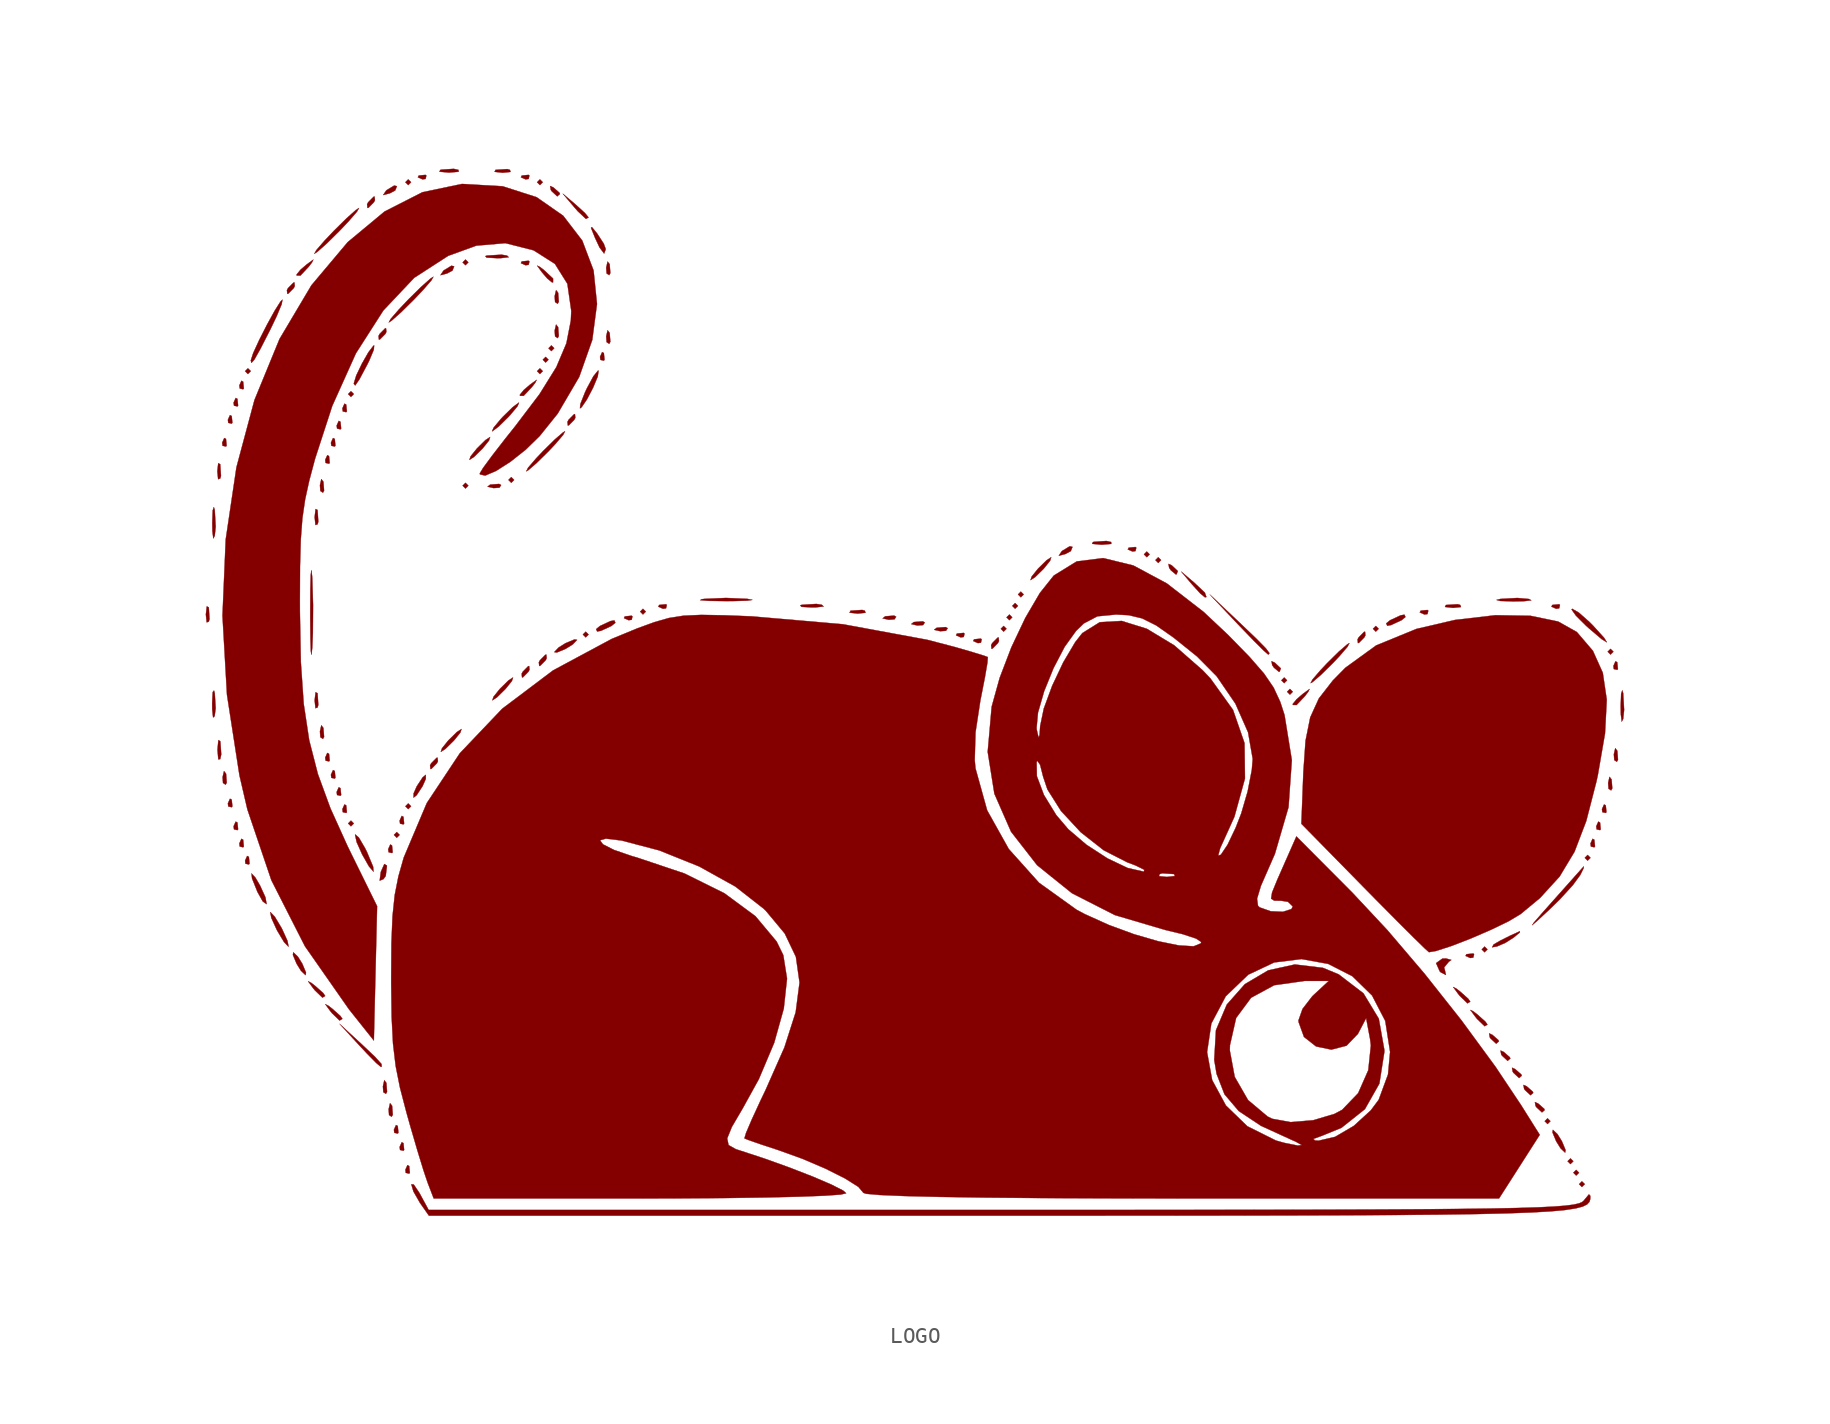
<source format=kicad_sym>
(kicad_symbol_lib
  (version 20220914)
  (generator bitmap2component)
  (symbol "LOGO"
    (pin_names
      (offset 1.016))
    (property "Reference" "#G"
      (at 0 32.993 0)
      (effects (font (size 1.27 1.27)) hide))
    (symbol "LOGO_0_0"
      (polyline (pts (xy 11.72 -32.554) (xy 16.727 -32.551) (xy 21.116 -32.545) (xy 24.927 -32.533) (xy 28.201 -32.516) (xy 30.978 -32.491) (xy 33.3 -32.457) (xy 35.207 -32.412) (xy 36.74 -32.356) (xy 37.939 -32.287) (xy 38.845 -32.203) (xy 39.499 -32.103) (xy 39.942 -31.987) (xy 40.215 -31.852) (xy 40.357 -31.696) (xy 40.41 -31.52) (xy 40.414 -31.321) (xy 40.329 -31.223) (xy 40.039 -31.571) (xy 40.017 -31.604) (xy 39.906 -31.703) (xy 39.701 -31.79) (xy 39.361 -31.866) (xy 38.843 -31.932) (xy 38.107 -31.989) (xy 37.112 -32.037) (xy 35.815 -32.077) (xy 34.175 -32.11) (xy 32.151 -32.136) (xy 29.702 -32.157) (xy 26.785 -32.172) (xy 23.361 -32.183) (xy 19.386 -32.19) (xy 14.821 -32.195) (xy 9.622 -32.197) (xy 3.75 -32.197) (xy -32.174 -32.197) (xy -32.708 -31.213) (xy -32.757 -31.125) (xy -33.106 -30.609) (xy -33.256 -30.597) (xy -33.126 -31.04) (xy -32.714 -31.76) (xy -32.157 -32.555) (xy 3.705 -32.555) (xy 6.054 -32.555) (xy 11.72 -32.554)) (stroke (width 0.01) (type default)) (fill (type outline)))
      (polyline (pts (xy -16.566 -31.477) (xy -13.639 -31.456) (xy -11.096 -31.419) (xy -9.002 -31.37) (xy -7.424 -31.309) (xy -6.428 -31.238) (xy -6.082 -31.158) (xy -6.273 -30.987) (xy -7.014 -30.61) (xy -8.181 -30.111) (xy -9.628 -29.548) (xy -11.212 -28.98) (xy -12.789 -28.463) (xy -12.983 -28.399) (xy -13.433 -28.145) (xy -13.519 -27.731) (xy -13.229 -27.015) (xy -12.549 -25.853) (xy -11.541 -24.026) (xy -10.581 -21.754) (xy -9.982 -19.614) (xy -9.78 -17.744) (xy -10.013 -16.277) (xy -10.43 -15.425) (xy -11.754 -13.842) (xy -13.691 -12.412) (xy -16.18 -11.177) (xy -19.155 -10.178) (xy -19.451 -10.095) (xy -20.591 -9.703) (xy -21.282 -9.351) (xy -21.469 -9.097) (xy -21.101 -8.998) (xy -20.123 -9.114) (xy -17.758 -9.735) (xy -15.262 -10.74) (xy -13.012 -11.99) (xy -11.241 -13.374) (xy -11.089 -13.524) (xy -9.923 -14.925) (xy -9.226 -16.381) (xy -8.998 -17.988) (xy -9.239 -19.845) (xy -9.946 -22.05) (xy -10.074 -22.338) (xy 16.467 -22.338) (xy 16.733 -20.55) (xy 17.634 -18.847) (xy 19.041 -17.498) (xy 20.661 -16.734) (xy 22.367 -16.523) (xy 24.036 -16.824) (xy 25.546 -17.596) (xy 26.775 -18.797) (xy 27.601 -20.387) (xy 27.903 -22.323) (xy 27.773 -23.733) (xy 27.191 -25.314) (xy 26.697 -25.976) (xy 25.636 -26.945) (xy 24.467 -27.631) (xy 23.432 -27.872) (xy 23.208 -27.856) (xy 23.108 -27.76) (xy 23.676 -27.553) (xy 24.867 -27.065) (xy 26.329 -25.902) (xy 27.233 -24.306) (xy 27.544 -22.323) (xy 27.543 -22.195) (xy 27.196 -20.247) (xy 26.238 -18.663) (xy 24.69 -17.477) (xy 23.706 -17.071) (xy 21.952 -16.86) (xy 20.285 -17.227) (xy 18.827 -18.09) (xy 17.699 -19.366) (xy 17.021 -20.97) (xy 16.948 -22.233) (xy 17.887 -22.233) (xy 17.896 -21.906) (xy 18.282 -20.203) (xy 19.217 -18.941) (xy 20.66 -18.157) (xy 22.573 -17.887) (xy 24.073 -17.887) (xy 23.127 -18.765) (xy 23.04 -18.848) (xy 22.43 -19.64) (xy 22.18 -20.349) (xy 22.183 -20.449) (xy 22.522 -21.388) (xy 23.278 -21.982) (xy 24.236 -22.181) (xy 25.18 -21.936) (xy 25.892 -21.197) (xy 26.407 -20.214) (xy 26.648 -21.497) (xy 26.702 -21.914) (xy 26.54 -23.468) (xy 25.907 -24.902) (xy 24.907 -25.941) (xy 24.432 -26.196) (xy 23.1 -26.594) (xy 21.688 -26.711) (xy 20.541 -26.503) (xy 20.248 -26.36) (xy 19.026 -25.331) (xy 18.194 -23.884) (xy 17.887 -22.233) (xy 16.948 -22.233) (xy 16.914 -22.821) (xy 17.061 -23.695) (xy 17.555 -24.971) (xy 18.443 -26.017) (xy 19.831 -26.941) (xy 21.823 -27.852) (xy 21.985 -27.92) (xy 22.386 -28.145) (xy 22.14 -28.177) (xy 21.286 -28.006) (xy 20.768 -27.86) (xy 18.986 -26.971) (xy 17.643 -25.672) (xy 16.786 -24.087) (xy 16.467 -22.338) (xy -10.074 -22.338) (xy -11.119 -24.701) (xy -11.447 -25.386) (xy -11.988 -26.562) (xy -12.342 -27.391) (xy -12.442 -27.726) (xy -12.207 -27.823) (xy -11.452 -28.087) (xy -10.375 -28.442) (xy -10.355 -28.448) (xy -8.829 -28.998) (xy -7.382 -29.615) (xy -6.163 -30.227) (xy -5.322 -30.756) (xy -5.008 -31.13) (xy -4.83 -31.19) (xy -3.979 -31.265) (xy -2.445 -31.33) (xy -0.244 -31.384) (xy 2.604 -31.426) (xy 6.081 -31.457) (xy 10.17 -31.475) (xy 14.851 -31.482) (xy 34.71 -31.482) (xy 35.982 -29.494) (xy 37.254 -27.505) (xy 36.088 -25.648) (xy 34.489 -23.251) (xy 32.372 -20.364) (xy 30.059 -17.442) (xy 27.727 -14.706) (xy 25.552 -12.38) (xy 22.048 -8.859) (xy 21.22 -10.736) (xy 20.856 -11.561) (xy 20.529 -12.36) (xy 20.467 -12.748) (xy 20.663 -12.871) (xy 21.107 -12.879) (xy 21.523 -12.946) (xy 21.823 -13.237) (xy 21.738 -13.399) (xy 21.206 -13.568) (xy 20.444 -13.536) (xy 19.755 -13.293) (xy 19.647 -13.19) (xy 19.589 -12.755) (xy 19.83 -11.95) (xy 20.399 -10.649) (xy 20.705 -9.95) (xy 21.558 -7.026) (xy 21.763 -4.091) (xy 21.307 -1.273) (xy 21.038 -0.448) (xy 20.624 0.442) (xy 20.017 1.329) (xy 19.105 2.375) (xy 17.773 3.739) (xy 16.248 5.172) (xy 13.95 6.951) (xy 11.857 8.072) (xy 9.978 8.531) (xy 8.323 8.326) (xy 6.905 7.452) (xy 6.872 7.422) (xy 6.018 6.349) (xy 5.107 4.792) (xy 4.238 2.957) (xy 3.507 1.047) (xy 3.014 -0.73) (xy 3.005 -0.773) (xy 2.888 -2.11) (xy 5.811 -2.11) (xy 5.901 -1.127) (xy 6.283 0.202) (xy 6.869 1.649) (xy 7.565 2.985) (xy 8.282 3.983) (xy 8.77 4.452) (xy 9.615 4.894) (xy 10.787 5.006) (xy 11.576 4.964) (xy 12.411 4.764) (xy 13.294 4.322) (xy 14.384 3.557) (xy 15.84 2.386) (xy 17.066 1.149) (xy 18.237 -0.56) (xy 19.028 -2.354) (xy 19.318 -4.014) (xy 19.263 -4.699) (xy 19.003 -6.044) (xy 18.603 -7.419) (xy 18.25 -8.325) (xy 17.748 -9.376) (xy 17.328 -10.004) (xy 17.162 -10.058) (xy 17.283 -9.6) (xy 17.701 -8.681) (xy 18.176 -7.629) (xy 18.834 -5.241) (xy 18.806 -3.026) (xy 18.088 -0.952) (xy 16.677 1.012) (xy 16.194 1.521) (xy 14.417 3.079) (xy 12.704 4.116) (xy 11.128 4.606) (xy 9.76 4.525) (xy 8.672 3.846) (xy 8.225 3.276) (xy 7.479 2.016) (xy 6.785 0.546) (xy 6.264 -0.871) (xy 6.037 -1.968) (xy 6 -2.531) (xy 5.937 -2.681) (xy 5.822 -2.181) (xy 5.811 -2.11) (xy 2.888 -2.11) (xy 2.759 -3.575) (xy 2.859 -4.2) (xy 5.816 -4.2) (xy 5.862 -4.133) (xy 6.034 -4.383) (xy 6.226 -5.139) (xy 6.49 -5.921) (xy 7.341 -7.27) (xy 8.571 -8.596) (xy 10.005 -9.723) (xy 11.467 -10.472) (xy 12.007 -10.677) (xy 12.542 -10.942) (xy 12.521 -11.054) (xy 12.489 -11.055) (xy 11.507 -10.833) (xy 10.25 -10.235) (xy 8.938 -9.384) (xy 7.793 -8.407) (xy 7.039 -7.519) (xy 6.271 -6.266) (xy 5.831 -5.092) (xy 5.816 -4.2) (xy 2.859 -4.2) (xy 3.176 -6.189) (xy 4.218 -8.565) (xy 5.846 -10.655) (xy 6.698 -11.342) (xy 13.46 -11.342) (xy 13.505 -11.211) (xy 13.667 -11.164) (xy 14.399 -11.211) (xy 14.46 -11.335) (xy 13.952 -11.391) (xy 13.46 -11.342) (xy 6.698 -11.342) (xy 8.022 -12.408) (xy 10.707 -13.775) (xy 13.863 -14.707) (xy 14.939 -14.965) (xy 15.778 -15.241) (xy 16.099 -15.455) (xy 16.078 -15.542) (xy 15.629 -15.725) (xy 14.692 -15.669) (xy 13.406 -15.407) (xy 11.907 -14.971) (xy 10.334 -14.395) (xy 8.822 -13.711) (xy 8.311 -13.438) (xy 5.967 -11.754) (xy 4.076 -9.645) (xy 2.724 -7.226) (xy 1.997 -4.609) (xy 1.948 -4.091) (xy 1.999 -2.349) (xy 2.305 -0.34) (xy 2.352 -0.111) (xy 2.591 1.112) (xy 2.74 1.99) (xy 2.767 2.347) (xy 2.543 2.43) (xy 1.794 2.661) (xy 0.716 2.974) (xy -1.023 3.428) (xy -6.29 4.399) (xy -11.985 4.892) (xy -13.652 4.957) (xy -15.139 4.983) (xy -16.247 4.933) (xy -17.161 4.789) (xy -18.064 4.531) (xy -19.139 4.14) (xy -20.737 3.481) (xy -24.4 1.515) (xy -27.577 -0.88) (xy -30.222 -3.658) (xy -32.289 -6.774) (xy -33.73 -10.181) (xy -34.063 -11.356) (xy -34.293 -12.522) (xy -34.431 -13.846) (xy -34.499 -15.513) (xy -34.514 -17.709) (xy -34.514 -18.014) (xy -34.486 -20.141) (xy -34.401 -21.798) (xy -34.235 -23.201) (xy -33.963 -24.567) (xy -33.559 -26.116) (xy -33.323 -26.954) (xy -32.879 -28.476) (xy -32.495 -29.727) (xy -32.235 -30.498) (xy -31.857 -31.482) (xy -18.969 -31.482) (xy -16.566 -31.477)) (stroke (width 0.01) (type default)) (fill (type outline)))
      (polyline (pts (xy 40.068 -30.587) (xy 39.889 -30.409) (xy 39.71 -30.587) (xy 39.889 -30.766) (xy 40.068 -30.587)) (stroke (width 0.01) (type default)) (fill (type outline)))
      (polyline (pts (xy -33.347 -29.879) (xy -33.39 -29.454) (xy -33.497 -29.398) (xy -33.628 -29.693) (xy -33.602 -29.882) (xy -33.39 -29.931) (xy -33.347 -29.879)) (stroke (width 0.01) (type default)) (fill (type outline)))
      (polyline (pts (xy 39.71 -29.872) (xy 39.531 -29.693) (xy 39.352 -29.872) (xy 39.531 -30.051) (xy 39.71 -29.872)) (stroke (width 0.01) (type default)) (fill (type outline)))
      (polyline (pts (xy 39.352 -29.156) (xy 39.173 -28.977) (xy 38.994 -29.156) (xy 39.173 -29.335) (xy 39.352 -29.156)) (stroke (width 0.01) (type default)) (fill (type outline)))
      (polyline (pts (xy -33.705 -28.448) (xy -33.747 -28.023) (xy -33.855 -27.968) (xy -33.986 -28.262) (xy -33.96 -28.451) (xy -33.747 -28.5) (xy -33.705 -28.448)) (stroke (width 0.01) (type default)) (fill (type outline)))
      (polyline (pts (xy 38.867 -28.457) (xy 38.637 -27.904) (xy 38.362 -27.463) (xy 38.075 -27.189) (xy 38.049 -27.351) (xy 38.279 -27.904) (xy 38.553 -28.346) (xy 38.841 -28.62) (xy 38.867 -28.457)) (stroke (width 0.01) (type default)) (fill (type outline)))
      (polyline (pts (xy -34.062 -27.375) (xy -34.105 -26.95) (xy -34.213 -26.894) (xy -34.344 -27.189) (xy -34.318 -27.378) (xy -34.105 -27.427) (xy -34.062 -27.375)) (stroke (width 0.01) (type default)) (fill (type outline)))
      (polyline (pts (xy 37.921 -26.652) (xy 37.742 -26.473) (xy 37.563 -26.652) (xy 37.742 -26.831) (xy 37.921 -26.652)) (stroke (width 0.01) (type default)) (fill (type outline)))
      (polyline (pts (xy -34.414 -26.25) (xy -34.457 -25.691) (xy -34.586 -25.525) (xy -34.673 -25.907) (xy -34.648 -26.27) (xy -34.485 -26.376) (xy -34.414 -26.25)) (stroke (width 0.01) (type default)) (fill (type outline)))
      (polyline (pts (xy 37.563 -25.958) (xy 37.531 -25.877) (xy 37.15 -25.545) (xy 36.95 -25.458) (xy 36.993 -25.703) (xy 37.04 -25.775) (xy 37.394 -26.105) (xy 37.563 -25.958)) (stroke (width 0.01) (type default)) (fill (type outline)))
      (polyline (pts (xy -34.772 -24.819) (xy -34.815 -24.26) (xy -34.944 -24.094) (xy -35.031 -24.476) (xy -35.006 -24.839) (xy -34.843 -24.945) (xy -34.772 -24.819)) (stroke (width 0.01) (type default)) (fill (type outline)))
      (polyline (pts (xy 36.848 -24.884) (xy 36.816 -24.804) (xy 36.435 -24.471) (xy 36.235 -24.384) (xy 36.277 -24.629) (xy 36.325 -24.702) (xy 36.678 -25.032) (xy 36.848 -24.884)) (stroke (width 0.01) (type default)) (fill (type outline)))
      (polyline (pts (xy 36.132 -23.811) (xy 36.1 -23.731) (xy 35.719 -23.398) (xy 35.52 -23.311) (xy 35.562 -23.556) (xy 35.609 -23.629) (xy 35.963 -23.958) (xy 36.132 -23.811)) (stroke (width 0.01) (type default)) (fill (type outline)))
      (polyline (pts (xy -35.106 -23.245) (xy -35.121 -23.079) (xy -35.527 -22.628) (xy -36.401 -21.803) (xy -37.742 -20.57) (xy -36.509 -21.912) (xy -36.052 -22.402) (xy -35.45 -23.014) (xy -35.168 -23.253) (xy -35.106 -23.245)) (stroke (width 0.01) (type default)) (fill (type outline)))
      (polyline (pts (xy 35.417 -22.738) (xy 35.385 -22.658) (xy 35.004 -22.325) (xy 34.804 -22.238) (xy 34.846 -22.483) (xy 34.894 -22.556) (xy 35.247 -22.885) (xy 35.417 -22.738)) (stroke (width 0.01) (type default)) (fill (type outline)))
      (polyline (pts (xy 34.701 -21.665) (xy 34.669 -21.584) (xy 34.288 -21.252) (xy 34.089 -21.165) (xy 34.131 -21.41) (xy 34.178 -21.482) (xy 34.532 -21.812) (xy 34.701 -21.665)) (stroke (width 0.01) (type default)) (fill (type outline)))
      (polyline (pts (xy -35.495 -17.418) (xy -35.394 -13.22) (xy -37.019 -9.919) (xy -37.25 -9.445) (xy -38.311 -7.1) (xy -39.094 -4.962) (xy -39.637 -2.848) (xy -39.98 -0.574) (xy -40.16 2.043) (xy -40.218 5.187) (xy -40.22 5.871) (xy -40.21 8.03) (xy -40.163 9.689) (xy -40.063 11.019) (xy -39.892 12.19) (xy -39.634 13.372) (xy -39.271 14.735) (xy -38.196 18.041) (xy -36.717 21.328) (xy -35.004 24.005) (xy -33.077 26.044) (xy -30.952 27.419) (xy -29.197 28.055) (xy -27.377 28.211) (xy -25.614 27.763) (xy -24.283 26.916) (xy -23.505 25.674) (xy -23.261 23.979) (xy -23.288 23.374) (xy -23.566 21.952) (xy -24.196 20.464) (xy -25.244 18.778) (xy -26.774 16.761) (xy -27.376 16.006) (xy -28.201 14.942) (xy -28.767 14.173) (xy -28.977 13.828) (xy -28.968 13.763) (xy -28.641 13.688) (xy -27.957 13.98) (xy -27.064 14.55) (xy -26.109 15.305) (xy -25.24 16.153) (xy -24.11 17.558) (xy -22.764 19.854) (xy -21.949 22.165) (xy -21.654 24.41) (xy -21.867 26.506) (xy -22.574 28.372) (xy -23.765 29.924) (xy -25.426 31.083) (xy -27.546 31.764) (xy -30.094 31.911) (xy -32.565 31.393) (xy -34.932 30.186) (xy -37.229 28.277) (xy -39.499 25.579) (xy -41.492 22.222) (xy -43.058 18.408) (xy -44.183 14.208) (xy -44.854 9.692) (xy -45.056 4.931) (xy -44.775 -0.005) (xy -43.995 -5.045) (xy -43.501 -7.168) (xy -42.001 -11.597) (xy -39.904 -15.721) (xy -37.151 -19.662) (xy -35.596 -21.616) (xy -35.495 -17.418)) (stroke (width 0.01) (type default)) (fill (type outline)))
      (polyline (pts (xy 33.986 -20.614) (xy 33.855 -20.43) (xy 33.36 -19.988) (xy 33.101 -19.788) (xy 32.915 -19.7) (xy 33.225 -20.123) (xy 33.336 -20.262) (xy 33.812 -20.721) (xy 33.986 -20.614)) (stroke (width 0.01) (type default)) (fill (type outline)))
      (polyline (pts (xy -37.563 -20.256) (xy -37.694 -20.072) (xy -38.189 -19.63) (xy -38.449 -19.431) (xy -38.634 -19.342) (xy -38.325 -19.765) (xy -38.213 -19.904) (xy -37.737 -20.364) (xy -37.563 -20.256)) (stroke (width 0.01) (type default)) (fill (type outline)))
      (polyline (pts (xy 32.913 -19.183) (xy 32.782 -18.998) (xy 32.287 -18.557) (xy 32.027 -18.357) (xy 31.842 -18.268) (xy 32.152 -18.692) (xy 32.263 -18.831) (xy 32.739 -19.29) (xy 32.913 -19.183)) (stroke (width 0.01) (type default)) (fill (type outline)))
      (polyline (pts (xy -38.637 -18.826) (xy -38.767 -18.641) (xy -39.263 -18.2) (xy -39.522 -18) (xy -39.707 -17.911) (xy -39.398 -18.334) (xy -39.286 -18.473) (xy -38.811 -18.933) (xy -38.637 -18.826)) (stroke (width 0.01) (type default)) (fill (type outline)))
      (polyline (pts (xy -39.837 -17.367) (xy -40.068 -16.814) (xy -40.342 -16.373) (xy -40.629 -16.099) (xy -40.656 -16.261) (xy -40.425 -16.814) (xy -40.151 -17.255) (xy -39.864 -17.53) (xy -39.837 -17.367)) (stroke (width 0.01) (type default)) (fill (type outline)))
      (polyline (pts (xy 31.322 -17.202) (xy 31.279 -17.046) (xy 31.569 -16.694) (xy 31.733 -16.576) (xy 31.392 -16.485) (xy 31.169 -16.494) (xy 30.776 -16.775) (xy 31.005 -17.291) (xy 31.07 -17.353) (xy 31.393 -17.515) (xy 31.322 -17.202)) (stroke (width 0.01) (type default)) (fill (type outline)))
      (polyline (pts (xy 33.102 -16.43) (xy 33.151 -16.218) (xy 33.099 -16.175) (xy 32.674 -16.218) (xy 32.618 -16.326) (xy 32.913 -16.456) (xy 33.102 -16.43)) (stroke (width 0.01) (type default)) (fill (type outline)))
      (polyline (pts (xy 30.758 -16.021) (xy 31.721 -15.711) (xy 32.946 -15.237) (xy 34.219 -14.687) (xy 35.326 -14.151) (xy 36.053 -13.716) (xy 37.272 -12.707) (xy 38.496 -11.366) (xy 39.426 -9.819) (xy 40.161 -7.896) (xy 40.797 -5.427) (xy 40.883 -5.032) (xy 41.334 -2.417) (xy 41.442 -0.32) (xy 41.194 1.364) (xy 40.575 2.74) (xy 39.572 3.913) (xy 38.405 4.568) (xy 36.672 4.926) (xy 34.488 4.963) (xy 31.954 4.667) (xy 29.547 4.107) (xy 27.034 3.077) (xy 25.108 1.681) (xy 24.324 0.884) (xy 23.452 -0.238) (xy 22.913 -1.421) (xy 22.619 -2.883) (xy 22.483 -4.84) (xy 22.359 -8.07) (xy 26.294 -12.078) (xy 27.117 -12.914) (xy 28.365 -14.172) (xy 29.375 -15.18) (xy 30.059 -15.848) (xy 30.33 -16.092) (xy 30.758 -16.021)) (stroke (width 0.01) (type default)) (fill (type outline)))
      (polyline (pts (xy 33.986 -15.92) (xy 33.807 -15.741) (xy 33.628 -15.92) (xy 33.807 -16.099) (xy 33.986 -15.92)) (stroke (width 0.01) (type default)) (fill (type outline)))
      (polyline (pts (xy -40.927 -15.734) (xy -40.995 -15.383) (xy -41.32 -14.668) (xy -41.371 -14.569) (xy -41.786 -13.877) (xy -42.054 -13.594) (xy -42.07 -13.601) (xy -42.002 -13.952) (xy -41.677 -14.668) (xy -41.626 -14.766) (xy -41.211 -15.458) (xy -40.944 -15.741) (xy -40.927 -15.734)) (stroke (width 0.01) (type default)) (fill (type outline)))
      (polyline (pts (xy 34.584 -15.734) (xy 35.105 -15.508) (xy 35.617 -15.184) (xy 36.009 -14.861) (xy 36.011 -14.785) (xy 35.417 -15.054) (xy 34.775 -15.376) (xy 34.373 -15.61) (xy 34.274 -15.787) (xy 34.584 -15.734)) (stroke (width 0.01) (type default)) (fill (type outline)))
      (polyline (pts (xy 37.108 -14.123) (xy 37.872 -13.415) (xy 38.521 -12.781) (xy 39.321 -11.904) (xy 39.787 -11.269) (xy 39.992 -10.85) (xy 40.002 -10.732) (xy 39.988 -10.748) (xy 39.638 -11.139) (xy 38.961 -11.899) (xy 38.088 -12.879) (xy 37.457 -13.588) (xy 36.889 -14.239) (xy 36.777 -14.408) (xy 37.108 -14.123)) (stroke (width 0.01) (type default)) (fill (type outline)))
      (polyline (pts (xy -42.299 -13.08) (xy -42.372 -12.664) (xy -42.708 -11.927) (xy -42.996 -11.436) (xy -43.242 -11.169) (xy -43.208 -11.484) (xy -42.871 -12.327) (xy -42.54 -12.92) (xy -42.307 -13.091) (xy -42.299 -13.08)) (stroke (width 0.01) (type default)) (fill (type outline)))
      (polyline (pts (xy -34.999 -11.531) (xy -34.856 -11.332) (xy -34.777 -10.684) (xy -34.943 -10.582) (xy -35.155 -11.062) (xy -35.165 -11.099) (xy -35.233 -11.624) (xy -34.999 -11.531)) (stroke (width 0.01) (type default)) (fill (type outline)))
      (polyline (pts (xy -35.641 -10.758) (xy -36.023 -9.842) (xy -36.15 -9.587) (xy -36.535 -8.93) (xy -36.76 -8.736) (xy -36.772 -8.761) (xy -36.673 -9.211) (xy -36.328 -9.984) (xy -35.902 -10.735) (xy -35.617 -11.064) (xy -35.641 -10.758)) (stroke (width 0.01) (type default)) (fill (type outline)))
      (polyline (pts (xy -43.364 -10.561) (xy -43.407 -10.136) (xy -43.514 -10.08) (xy -43.645 -10.375) (xy -43.619 -10.564) (xy -43.407 -10.613) (xy -43.364 -10.561)) (stroke (width 0.01) (type default)) (fill (type outline)))
      (polyline (pts (xy 40.425 -10.196) (xy 40.246 -10.017) (xy 40.068 -10.196) (xy 40.246 -10.375) (xy 40.425 -10.196)) (stroke (width 0.01) (type default)) (fill (type outline)))
      (polyline (pts (xy -34.42 -9.845) (xy -34.463 -9.421) (xy -34.571 -9.365) (xy -34.701 -9.659) (xy -34.676 -9.849) (xy -34.463 -9.898) (xy -34.42 -9.845)) (stroke (width 0.01) (type default)) (fill (type outline)))
      (polyline (pts (xy -43.721 -9.488) (xy -43.764 -9.063) (xy -43.872 -9.007) (xy -44.003 -9.301) (xy -43.977 -9.491) (xy -43.764 -9.54) (xy -43.721 -9.488)) (stroke (width 0.01) (type default)) (fill (type outline)))
      (polyline (pts (xy 40.707 -9.488) (xy 40.664 -9.063) (xy 40.556 -9.007) (xy 40.425 -9.301) (xy 40.451 -9.491) (xy 40.664 -9.54) (xy 40.707 -9.488)) (stroke (width 0.01) (type default)) (fill (type outline)))
      (polyline (pts (xy -33.986 -8.765) (xy -34.165 -8.586) (xy -34.344 -8.765) (xy -34.165 -8.944) (xy -33.986 -8.765)) (stroke (width 0.01) (type default)) (fill (type outline)))
      (polyline (pts (xy -44.079 -8.414) (xy -44.122 -7.99) (xy -44.23 -7.934) (xy -44.361 -8.228) (xy -44.335 -8.418) (xy -44.122 -8.467) (xy -44.079 -8.414)) (stroke (width 0.01) (type default)) (fill (type outline)))
      (polyline (pts (xy 41.064 -8.414) (xy 41.022 -7.99) (xy 40.914 -7.934) (xy 40.783 -8.228) (xy 40.809 -8.418) (xy 41.022 -8.467) (xy 41.064 -8.414)) (stroke (width 0.01) (type default)) (fill (type outline)))
      (polyline (pts (xy -36.848 -8.049) (xy -37.027 -7.87) (xy -37.206 -8.049) (xy -37.027 -8.228) (xy -36.848 -8.049)) (stroke (width 0.01) (type default)) (fill (type outline)))
      (polyline (pts (xy -33.705 -8.056) (xy -33.747 -7.632) (xy -33.855 -7.576) (xy -33.986 -7.87) (xy -33.96 -8.06) (xy -33.747 -8.109) (xy -33.705 -8.056)) (stroke (width 0.01) (type default)) (fill (type outline)))
      (polyline (pts (xy -37.282 -7.341) (xy -37.325 -6.917) (xy -37.432 -6.861) (xy -37.563 -7.155) (xy -37.538 -7.344) (xy -37.325 -7.393) (xy -37.282 -7.341)) (stroke (width 0.01) (type default)) (fill (type outline)))
      (polyline (pts (xy 41.422 -7.341) (xy 41.379 -6.917) (xy 41.272 -6.861) (xy 41.141 -7.155) (xy 41.167 -7.344) (xy 41.379 -7.393) (xy 41.422 -7.341)) (stroke (width 0.01) (type default)) (fill (type outline)))
      (polyline (pts (xy -44.437 -6.983) (xy -44.48 -6.559) (xy -44.587 -6.503) (xy -44.718 -6.797) (xy -44.693 -6.987) (xy -44.48 -7.036) (xy -44.437 -6.983)) (stroke (width 0.01) (type default)) (fill (type outline)))
      (polyline (pts (xy -33.27 -6.976) (xy -33.449 -6.797) (xy -33.628 -6.976) (xy -33.449 -7.155) (xy -33.27 -6.976)) (stroke (width 0.01) (type default)) (fill (type outline)))
      (polyline (pts (xy -37.64 -6.268) (xy -37.683 -5.843) (xy -37.79 -5.787) (xy -37.921 -6.082) (xy -37.895 -6.271) (xy -37.683 -6.32) (xy -37.64 -6.268)) (stroke (width 0.01) (type default)) (fill (type outline)))
      (polyline (pts (xy -32.924 -6.286) (xy -32.555 -5.724) (xy -32.353 -5.271) (xy -32.351 -5.008) (xy -32.543 -5.162) (xy -32.913 -5.724) (xy -33.114 -6.176) (xy -33.117 -6.439) (xy -32.924 -6.286)) (stroke (width 0.01) (type default)) (fill (type outline)))
      (polyline (pts (xy 41.786 -5.858) (xy 41.743 -5.299) (xy 41.614 -5.133) (xy 41.527 -5.515) (xy 41.552 -5.878) (xy 41.715 -5.985) (xy 41.786 -5.858)) (stroke (width 0.01) (type default)) (fill (type outline)))
      (polyline (pts (xy -44.789 -5.5) (xy -44.832 -4.941) (xy -44.96 -4.776) (xy -45.048 -5.157) (xy -45.023 -5.52) (xy -44.86 -5.627) (xy -44.789 -5.5)) (stroke (width 0.01) (type default)) (fill (type outline)))
      (polyline (pts (xy -37.998 -5.194) (xy -38.04 -4.77) (xy -38.148 -4.714) (xy -38.279 -5.008) (xy -38.253 -5.198) (xy -38.04 -5.247) (xy -37.998 -5.194)) (stroke (width 0.01) (type default)) (fill (type outline)))
      (polyline (pts (xy -31.998 -4.635) (xy -31.66 -4.293) (xy -31.594 -4.166) (xy -31.618 -3.935) (xy -31.681 -3.951) (xy -32.018 -4.293) (xy -32.085 -4.42) (xy -32.06 -4.651) (xy -31.998 -4.635)) (stroke (width 0.01) (type default)) (fill (type outline)))
      (polyline (pts (xy -45.199 -4.032) (xy -45.133 -3.737) (xy -45.186 -2.958) (xy -45.204 -2.897) (xy -45.312 -2.844) (xy -45.364 -3.399) (xy -45.364 -3.483) (xy -45.317 -4.043) (xy -45.199 -4.032)) (stroke (width 0.01) (type default)) (fill (type outline)))
      (polyline (pts (xy -38.355 -4.121) (xy -38.398 -3.697) (xy -38.506 -3.641) (xy -38.637 -3.935) (xy -38.611 -4.125) (xy -38.398 -4.174) (xy -38.355 -4.121)) (stroke (width 0.01) (type default)) (fill (type outline)))
      (polyline (pts (xy 42.143 -4.069) (xy 42.101 -3.51) (xy 41.972 -3.345) (xy 41.885 -3.727) (xy 41.91 -4.089) (xy 42.072 -4.196) (xy 42.143 -4.069)) (stroke (width 0.01) (type default)) (fill (type outline)))
      (polyline (pts (xy -31.125 -3.391) (xy -30.587 -2.862) (xy -30.191 -2.37) (xy -30.119 -2.147) (xy -30.407 -2.333) (xy -30.945 -2.862) (xy -31.341 -3.354) (xy -31.414 -3.578) (xy -31.125 -3.391)) (stroke (width 0.01) (type default)) (fill (type outline)))
      (polyline (pts (xy -38.707 -2.639) (xy -38.75 -2.079) (xy -38.879 -1.914) (xy -38.966 -2.296) (xy -38.941 -2.658) (xy -38.778 -2.765) (xy -38.707 -2.639)) (stroke (width 0.01) (type default)) (fill (type outline)))
      (polyline (pts (xy 42.467 -1.52) (xy 42.526 -0.953) (xy 42.467 0.089) (xy 42.411 0.271) (xy 42.34 0.058) (xy 42.312 -0.716) (xy 42.322 -1.24) (xy 42.378 -1.69) (xy 42.467 -1.52)) (stroke (width 0.01) (type default)) (fill (type outline)))
      (polyline (pts (xy -45.546 -1.346) (xy -45.481 -0.847) (xy -45.538 0.085) (xy -45.585 0.261) (xy -45.666 0.156) (xy -45.701 -0.537) (xy -45.697 -0.916) (xy -45.642 -1.429) (xy -45.546 -1.346)) (stroke (width 0.01) (type default)) (fill (type outline)))
      (polyline (pts (xy -39.115 -0.805) (xy -39.068 -0.643) (xy -39.115 0.089) (xy -39.239 0.15) (xy -39.296 -0.358) (xy -39.246 -0.85) (xy -39.115 -0.805)) (stroke (width 0.01) (type default)) (fill (type outline)))
      (polyline (pts (xy 22.584 -0.089) (xy 22.784 0.17) (xy 22.872 0.355) (xy 22.449 0.046) (xy 22.067 -0.282) (xy 21.823 -0.58) (xy 21.828 -0.643) (xy 22.061 -0.646) (xy 22.584 -0.089)) (stroke (width 0.01) (type default)) (fill (type outline)))
      (polyline (pts (xy -27.905 -0.171) (xy -27.368 0.358) (xy -26.972 0.85) (xy -26.899 1.073) (xy -27.188 0.887) (xy -27.725 0.358) (xy -28.121 -0.134) (xy -28.194 -0.358) (xy -27.905 -0.171)) (stroke (width 0.01) (type default)) (fill (type outline)))
      (polyline (pts (xy 21.823 0.179) (xy 21.644 0.358) (xy 21.465 0.179) (xy 21.644 0) (xy 21.823 0.179)) (stroke (width 0.01) (type default)) (fill (type outline)))
      (polyline (pts (xy 21.465 0.894) (xy 21.286 1.073) (xy 21.107 0.894) (xy 21.286 0.716) (xy 21.465 0.894)) (stroke (width 0.01) (type default)) (fill (type outline)))
      (polyline (pts (xy 23.065 0.789) (xy 23.588 1.24) (xy 24.327 1.968) (xy 24.745 2.411) (xy 25.244 2.992) (xy 25.361 3.22) (xy 25.23 3.147) (xy 24.707 2.695) (xy 23.969 1.968) (xy 23.551 1.524) (xy 23.052 0.943) (xy 22.934 0.716) (xy 23.065 0.789)) (stroke (width 0.01) (type default)) (fill (type outline)))
      (polyline (pts (xy -39.446 2.937) (xy -39.408 3.836) (xy -39.395 5.585) (xy -39.445 7.23) (xy -39.457 7.428) (xy -39.502 7.781) (xy -39.539 7.487) (xy -39.564 6.604) (xy -39.573 5.187) (xy -39.573 4.811) (xy -39.56 3.487) (xy -39.532 2.692) (xy -39.493 2.488) (xy -39.446 2.937)) (stroke (width 0.01) (type default)) (fill (type outline)))
      (polyline (pts (xy -26.274 1.089) (xy -25.937 1.431) (xy -25.87 1.558) (xy -25.894 1.789) (xy -25.957 1.773) (xy -26.294 1.431) (xy -26.361 1.304) (xy -26.337 1.073) (xy -26.274 1.089)) (stroke (width 0.01) (type default)) (fill (type outline)))
      (polyline (pts (xy 20.999 1.434) (xy 21.078 1.641) (xy 20.694 2.002) (xy 20.494 2.089) (xy 20.536 1.844) (xy 20.647 1.685) (xy 20.949 1.431) (xy 20.999 1.434)) (stroke (width 0.01) (type default)) (fill (type outline)))
      (polyline (pts (xy 42.138 1.603) (xy 42.095 2.027) (xy 41.987 2.083) (xy 41.856 1.789) (xy 41.882 1.599) (xy 42.095 1.55) (xy 42.138 1.603)) (stroke (width 0.01) (type default)) (fill (type outline)))
      (polyline (pts (xy -25.2 1.805) (xy -24.863 2.147) (xy -24.797 2.273) (xy -24.821 2.504) (xy -24.884 2.488) (xy -25.221 2.147) (xy -25.288 2.02) (xy -25.263 1.789) (xy -25.2 1.805)) (stroke (width 0.01) (type default)) (fill (type outline)))
      (polyline (pts (xy -23.611 2.862) (xy -23.17 3.136) (xy -22.896 3.424) (xy -23.058 3.45) (xy -23.611 3.22) (xy -24.052 2.945) (xy -24.327 2.658) (xy -24.164 2.632) (xy -23.611 2.862)) (stroke (width 0.01) (type default)) (fill (type outline)))
      (polyline (pts (xy 20.299 2.504) (xy 20.367 2.588) (xy 20.145 2.887) (xy 19.554 3.49) (xy 18.513 4.485) (xy 16.635 6.261) (xy 18.41 4.382) (xy 18.517 4.27) (xy 19.378 3.376) (xy 20.012 2.744) (xy 20.289 2.504) (xy 20.299 2.504)) (stroke (width 0.01) (type default)) (fill (type outline)))
      (polyline (pts (xy 41.856 2.683) (xy 41.678 2.862) (xy 41.499 2.683) (xy 41.678 2.504) (xy 41.856 2.683)) (stroke (width 0.01) (type default)) (fill (type outline)))
      (polyline (pts (xy 3.062 2.878) (xy 3.399 3.22) (xy 3.465 3.346) (xy 3.441 3.577) (xy 3.378 3.561) (xy 3.041 3.22) (xy 2.974 3.093) (xy 2.999 2.862) (xy 3.062 2.878)) (stroke (width 0.01) (type default)) (fill (type outline)))
      (polyline (pts (xy 2.336 3.245) (xy 2.385 3.458) (xy 2.333 3.501) (xy 1.908 3.458) (xy 1.852 3.351) (xy 2.147 3.22) (xy 2.336 3.245)) (stroke (width 0.01) (type default)) (fill (type outline)))
      (polyline (pts (xy 25.957 3.236) (xy 26.294 3.577) (xy 26.361 3.704) (xy 26.337 3.935) (xy 26.274 3.919) (xy 25.937 3.577) (xy 25.87 3.451) (xy 25.894 3.22) (xy 25.957 3.236)) (stroke (width 0.01) (type default)) (fill (type outline)))
      (polyline (pts (xy 41.282 3.545) (xy 40.604 4.293) (xy 40.362 4.538) (xy 39.692 5.129) (xy 39.28 5.366) (xy 39.245 5.315) (xy 39.516 4.934) (xy 40.151 4.303) (xy 40.344 4.129) (xy 41.127 3.464) (xy 41.448 3.269) (xy 41.282 3.545)) (stroke (width 0.01) (type default)) (fill (type outline)))
      (polyline (pts (xy -22.18 3.756) (xy -22.359 3.935) (xy -22.538 3.756) (xy -22.359 3.577) (xy -22.18 3.756)) (stroke (width 0.01) (type default)) (fill (type outline)))
      (polyline (pts (xy 1.263 3.603) (xy 1.312 3.816) (xy 1.259 3.859) (xy 0.835 3.816) (xy 0.779 3.708) (xy 1.073 3.577) (xy 1.263 3.603)) (stroke (width 0.01) (type default)) (fill (type outline)))
      (polyline (pts (xy -21.401 3.99) (xy -20.749 4.293) (xy -20.506 4.492) (xy -20.57 4.64) (xy -20.813 4.596) (xy -21.465 4.293) (xy -21.708 4.094) (xy -21.644 3.946) (xy -21.401 3.99)) (stroke (width 0.01) (type default)) (fill (type outline)))
      (polyline (pts (xy 0.154 3.989) (xy 0.261 4.151) (xy 0.134 4.222) (xy -0.425 4.18) (xy -0.59 4.051) (xy -0.209 3.963) (xy 0.154 3.989)) (stroke (width 0.01) (type default)) (fill (type outline)))
      (polyline (pts (xy 3.935 4.114) (xy 3.756 4.293) (xy 3.578 4.114) (xy 3.756 3.935) (xy 3.935 4.114)) (stroke (width 0.01) (type default)) (fill (type outline)))
      (polyline (pts (xy 27.189 4.114) (xy 27.01 4.293) (xy 26.831 4.114) (xy 27.01 3.935) (xy 27.189 4.114)) (stroke (width 0.01) (type default)) (fill (type outline)))
      (polyline (pts (xy -45.912 4.561) (xy -45.865 4.723) (xy -45.912 5.456) (xy -46.037 5.516) (xy -46.093 5.008) (xy -46.043 4.516) (xy -45.912 4.561)) (stroke (width 0.01) (type default)) (fill (type outline)))
      (polyline (pts (xy -1.277 4.346) (xy -1.17 4.509) (xy -1.297 4.58) (xy -1.856 4.537) (xy -2.021 4.409) (xy -1.64 4.321) (xy -1.277 4.346)) (stroke (width 0.01) (type default)) (fill (type outline)))
      (polyline (pts (xy 27.968 4.348) (xy 28.62 4.651) (xy 28.863 4.85) (xy 28.799 4.997) (xy 28.556 4.953) (xy 27.904 4.651) (xy 27.661 4.452) (xy 27.725 4.304) (xy 27.968 4.348)) (stroke (width 0.01) (type default)) (fill (type outline)))
      (polyline (pts (xy -19.487 4.676) (xy -19.438 4.889) (xy -19.49 4.932) (xy -19.915 4.889) (xy -19.971 4.782) (xy -19.676 4.651) (xy -19.487 4.676)) (stroke (width 0.01) (type default)) (fill (type outline)))
      (polyline (pts (xy -3.066 4.704) (xy -2.959 4.867) (xy -3.085 4.938) (xy -3.644 4.895) (xy -3.81 4.766) (xy -3.428 4.679) (xy -3.066 4.704)) (stroke (width 0.01) (type default)) (fill (type outline)))
      (polyline (pts (xy 4.293 4.83) (xy 4.114 5.008) (xy 3.935 4.83) (xy 4.114 4.651) (xy 4.293 4.83)) (stroke (width 0.01) (type default)) (fill (type outline)))
      (polyline (pts (xy -18.603 5.187) (xy -18.782 5.366) (xy -18.96 5.187) (xy -18.782 5.008) (xy -18.603 5.187)) (stroke (width 0.01) (type default)) (fill (type outline)))
      (polyline (pts (xy -4.874 5.115) (xy -4.919 5.245) (xy -5.081 5.293) (xy -5.813 5.245) (xy -5.874 5.121) (xy -5.366 5.065) (xy -4.874 5.115)) (stroke (width 0.01) (type default)) (fill (type outline)))
      (polyline (pts (xy 30.24 5.034) (xy 30.289 5.247) (xy 30.237 5.29) (xy 29.812 5.247) (xy 29.756 5.139) (xy 30.051 5.008) (xy 30.24 5.034)) (stroke (width 0.01) (type default)) (fill (type outline)))
      (polyline (pts (xy -17.34 5.392) (xy -17.291 5.605) (xy -17.343 5.647) (xy -17.768 5.605) (xy -17.824 5.497) (xy -17.529 5.366) (xy -17.34 5.392)) (stroke (width 0.01) (type default)) (fill (type outline)))
      (polyline (pts (xy -7.985 5.453) (xy -7.491 5.509) (xy -7.602 5.613) (xy -7.947 5.668) (xy -8.854 5.613) (xy -8.956 5.579) (xy -8.879 5.487) (xy -8.228 5.449) (xy -7.985 5.453)) (stroke (width 0.01) (type default)) (fill (type outline)))
      (polyline (pts (xy 4.651 5.545) (xy 4.472 5.724) (xy 4.293 5.545) (xy 4.472 5.366) (xy 4.651 5.545)) (stroke (width 0.01) (type default)) (fill (type outline)))
      (polyline (pts (xy 32.332 5.473) (xy 32.287 5.603) (xy 32.125 5.65) (xy 31.392 5.603) (xy 31.332 5.479) (xy 31.84 5.423) (xy 32.332 5.473)) (stroke (width 0.01) (type default)) (fill (type outline)))
      (polyline (pts (xy 38.468 5.392) (xy 38.517 5.605) (xy 38.465 5.647) (xy 38.04 5.605) (xy 37.984 5.497) (xy 38.279 5.366) (xy 38.468 5.392)) (stroke (width 0.01) (type default)) (fill (type outline)))
      (polyline (pts (xy -13.157 5.846) (xy -12.264 5.872) (xy -11.938 5.92) (xy -12.253 5.984) (xy -13.593 6.042) (xy -14.936 5.984) (xy -15.125 5.961) (xy -15.204 5.901) (xy -14.669 5.86) (xy -13.594 5.844) (xy -13.157 5.846)) (stroke (width 0.01) (type default)) (fill (type outline)))
      (polyline (pts (xy 36.26 5.838) (xy 36.728 5.892) (xy 36.584 5.976) (xy 35.854 6.04) (xy 34.796 5.981) (xy 34.547 5.917) (xy 34.784 5.853) (xy 35.596 5.826) (xy 36.26 5.838)) (stroke (width 0.01) (type default)) (fill (type outline)))
      (polyline (pts (xy 5.008 6.261) (xy 4.83 6.439) (xy 4.651 6.261) (xy 4.83 6.082) (xy 5.008 6.261)) (stroke (width 0.01) (type default)) (fill (type outline)))
      (polyline (pts (xy 16.425 6.099) (xy 16.327 6.376) (xy 15.651 7.01) (xy 14.847 7.691) (xy 15.528 6.887) (xy 16.041 6.323) (xy 16.333 6.082) (xy 16.425 6.099)) (stroke (width 0.01) (type default)) (fill (type outline)))
      (polyline (pts (xy 5.723 7.341) (xy 6.261 7.87) (xy 6.657 8.363) (xy 6.729 8.586) (xy 6.44 8.399) (xy 5.903 7.87) (xy 5.507 7.378) (xy 5.434 7.155) (xy 5.723 7.341)) (stroke (width 0.01) (type default)) (fill (type outline)))
      (polyline (pts (xy 14.56 7.516) (xy 14.639 7.723) (xy 14.255 8.083) (xy 14.055 8.171) (xy 14.097 7.926) (xy 14.207 7.767) (xy 14.51 7.513) (xy 14.56 7.516)) (stroke (width 0.01) (type default)) (fill (type outline)))
      (polyline (pts (xy 13.594 8.407) (xy 13.415 8.586) (xy 13.237 8.407) (xy 13.415 8.228) (xy 13.594 8.407)) (stroke (width 0.01) (type default)) (fill (type outline)))
      (polyline (pts (xy 7.618 8.788) (xy 7.951 8.966) (xy 8.059 9.232) (xy 7.886 9.271) (xy 7.417 8.988) (xy 7.371 8.941) (xy 7.2 8.679) (xy 7.618 8.788)) (stroke (width 0.01) (type default)) (fill (type outline)))
      (polyline (pts (xy 12.879 8.765) (xy 12.7 8.944) (xy 12.521 8.765) (xy 12.7 8.586) (xy 12.879 8.765)) (stroke (width 0.01) (type default)) (fill (type outline)))
      (polyline (pts (xy 11.995 8.97) (xy 12.044 9.182) (xy 11.992 9.225) (xy 11.567 9.182) (xy 11.511 9.075) (xy 11.806 8.944) (xy 11.995 8.97)) (stroke (width 0.01) (type default)) (fill (type outline)))
      (polyline (pts (xy -45.539 9.927) (xy -45.48 10.495) (xy -45.539 11.537) (xy -45.595 11.719) (xy -45.666 11.506) (xy -45.694 10.732) (xy -45.684 10.207) (xy -45.627 9.758) (xy -45.539 9.927)) (stroke (width 0.01) (type default)) (fill (type outline)))
      (polyline (pts (xy 10.483 9.419) (xy 10.471 9.536) (xy 10.177 9.602) (xy 9.398 9.549) (xy 9.336 9.532) (xy 9.283 9.423) (xy 9.838 9.371) (xy 9.923 9.371) (xy 10.483 9.419)) (stroke (width 0.01) (type default)) (fill (type outline)))
      (polyline (pts (xy -39.115 10.643) (xy -39.068 10.805) (xy -39.115 11.537) (xy -39.239 11.598) (xy -39.296 11.09) (xy -39.246 10.598) (xy -39.115 10.643)) (stroke (width 0.01) (type default)) (fill (type outline)))
      (polyline (pts (xy -38.707 12.745) (xy -38.75 13.304) (xy -38.879 13.469) (xy -38.966 13.088) (xy -38.941 12.725) (xy -38.778 12.618) (xy -38.707 12.745)) (stroke (width 0.01) (type default)) (fill (type outline)))
      (polyline (pts (xy -29.693 13.058) (xy -29.872 13.237) (xy -30.051 13.058) (xy -29.872 12.879) (xy -29.693 13.058)) (stroke (width 0.01) (type default)) (fill (type outline)))
      (polyline (pts (xy -27.75 12.932) (xy -27.643 13.095) (xy -27.77 13.166) (xy -28.329 13.123) (xy -28.495 12.995) (xy -28.113 12.907) (xy -27.75 12.932)) (stroke (width 0.01) (type default)) (fill (type outline)))
      (polyline (pts (xy -45.197 13.505) (xy -45.15 13.667) (xy -45.197 14.399) (xy -45.321 14.46) (xy -45.377 13.952) (xy -45.327 13.46) (xy -45.197 13.505)) (stroke (width 0.01) (type default)) (fill (type outline)))
      (polyline (pts (xy -26.831 13.415) (xy -27.01 13.594) (xy -27.189 13.415) (xy -27.01 13.237) (xy -26.831 13.415)) (stroke (width 0.01) (type default)) (fill (type outline)))
      (polyline (pts (xy -25.946 14.025) (xy -25.423 14.477) (xy -24.684 15.204) (xy -24.266 15.648) (xy -23.768 16.229) (xy -23.65 16.456) (xy -23.781 16.383) (xy -24.304 15.931) (xy -25.042 15.204) (xy -25.46 14.761) (xy -25.959 14.18) (xy -26.077 13.952) (xy -25.946 14.025)) (stroke (width 0.01) (type default)) (fill (type outline)))
      (polyline (pts (xy -38.355 14.482) (xy -38.398 14.906) (xy -38.506 14.962) (xy -38.637 14.668) (xy -38.611 14.478) (xy -38.398 14.429) (xy -38.355 14.482)) (stroke (width 0.01) (type default)) (fill (type outline)))
      (polyline (pts (xy -29.336 14.854) (xy -28.799 15.383) (xy -28.403 15.875) (xy -28.33 16.099) (xy -28.619 15.912) (xy -29.156 15.383) (xy -29.552 14.891) (xy -29.625 14.668) (xy -29.336 14.854)) (stroke (width 0.01) (type default)) (fill (type outline)))
      (polyline (pts (xy -44.795 15.555) (xy -44.837 15.979) (xy -44.945 16.035) (xy -45.076 15.741) (xy -45.05 15.551) (xy -44.837 15.502) (xy -44.795 15.555)) (stroke (width 0.01) (type default)) (fill (type outline)))
      (polyline (pts (xy -37.998 15.555) (xy -38.04 15.979) (xy -38.148 16.035) (xy -38.279 15.741) (xy -38.253 15.551) (xy -38.04 15.502) (xy -37.998 15.555)) (stroke (width 0.01) (type default)) (fill (type outline)))
      (polyline (pts (xy -37.64 16.628) (xy -37.683 17.053) (xy -37.79 17.108) (xy -37.921 16.814) (xy -37.895 16.625) (xy -37.683 16.576) (xy -37.64 16.628)) (stroke (width 0.01) (type default)) (fill (type outline)))
      (polyline (pts (xy -28.186 16.461) (xy -27.801 16.749) (xy -27.189 17.351) (xy -27.08 17.468) (xy -26.62 18.02) (xy -26.527 18.245) (xy -26.549 18.241) (xy -26.934 17.952) (xy -27.546 17.351) (xy -27.655 17.233) (xy -28.115 16.681) (xy -28.208 16.456) (xy -28.186 16.461)) (stroke (width 0.01) (type default)) (fill (type outline)))
      (polyline (pts (xy -44.437 16.986) (xy -44.48 17.41) (xy -44.587 17.466) (xy -44.718 17.172) (xy -44.693 16.982) (xy -44.48 16.933) (xy -44.437 16.986)) (stroke (width 0.01) (type default)) (fill (type outline)))
      (polyline (pts (xy -23.412 16.83) (xy -23.075 17.172) (xy -23.008 17.299) (xy -23.032 17.53) (xy -23.095 17.514) (xy -23.432 17.172) (xy -23.499 17.045) (xy -23.475 16.814) (xy -23.412 16.83)) (stroke (width 0.01) (type default)) (fill (type outline)))
      (polyline (pts (xy -37.282 17.701) (xy -37.325 18.126) (xy -37.432 18.182) (xy -37.563 17.887) (xy -37.538 17.698) (xy -37.325 17.649) (xy -37.282 17.701)) (stroke (width 0.01) (type default)) (fill (type outline)))
      (polyline (pts (xy -44.079 18.059) (xy -44.122 18.483) (xy -44.23 18.54) (xy -44.361 18.245) (xy -44.335 18.056) (xy -44.122 18.007) (xy -44.079 18.059)) (stroke (width 0.01) (type default)) (fill (type outline)))
      (polyline (pts (xy -22.618 17.955) (xy -22.281 18.447) (xy -21.897 19.182) (xy -21.608 19.874) (xy -21.553 20.241) (xy -21.595 20.244) (xy -21.881 19.892) (xy -22.289 19.135) (xy -22.409 18.876) (xy -22.689 18.171) (xy -22.72 17.887) (xy -22.618 17.955)) (stroke (width 0.01) (type default)) (fill (type outline)))
      (polyline (pts (xy -36.848 18.782) (xy -37.027 18.96) (xy -37.206 18.782) (xy -37.027 18.603) (xy -36.848 18.782)) (stroke (width 0.01) (type default)) (fill (type outline)))
      (polyline (pts (xy -25.712 19.229) (xy -25.512 19.488) (xy -25.423 19.673) (xy -25.847 19.364) (xy -26.229 19.037) (xy -26.473 18.738) (xy -26.467 18.675) (xy -26.234 18.673) (xy -25.712 19.229)) (stroke (width 0.01) (type default)) (fill (type outline)))
      (polyline (pts (xy -43.721 19.132) (xy -43.764 19.557) (xy -43.872 19.613) (xy -44.003 19.318) (xy -43.977 19.129) (xy -43.764 19.08) (xy -43.721 19.132)) (stroke (width 0.01) (type default)) (fill (type outline)))
      (polyline (pts (xy -36.497 19.703) (xy -35.99 20.66) (xy -35.892 20.857) (xy -35.603 21.545) (xy -35.577 21.823) (xy -35.624 21.802) (xy -35.935 21.396) (xy -36.342 20.684) (xy -36.697 19.944) (xy -36.848 19.455) (xy -36.847 19.426) (xy -36.764 19.318) (xy -36.497 19.703)) (stroke (width 0.01) (type default)) (fill (type outline)))
      (polyline (pts (xy -43.287 20.213) (xy -43.466 20.392) (xy -43.645 20.213) (xy -43.466 20.034) (xy -43.287 20.213)) (stroke (width 0.01) (type default)) (fill (type outline)))
      (polyline (pts (xy -25.042 20.213) (xy -25.221 20.392) (xy -25.4 20.213) (xy -25.221 20.034) (xy -25.042 20.213)) (stroke (width 0.01) (type default)) (fill (type outline)))
      (polyline (pts (xy -43.067 20.926) (xy -42.695 21.588) (xy -42.072 22.806) (xy -41.668 23.649) (xy -41.357 24.397) (xy -41.308 24.684) (xy -41.427 24.569) (xy -41.794 23.989) (xy -42.277 23.111) (xy -42.763 22.155) (xy -43.137 21.339) (xy -43.287 20.88) (xy -43.245 20.731) (xy -43.067 20.926)) (stroke (width 0.01) (type default)) (fill (type outline)))
      (polyline (pts (xy -24.684 20.928) (xy -24.863 21.107) (xy -25.042 20.928) (xy -24.863 20.749) (xy -24.684 20.928)) (stroke (width 0.01) (type default)) (fill (type outline)))
      (polyline (pts (xy -21.183 20.921) (xy -21.226 21.346) (xy -21.334 21.401) (xy -21.465 21.107) (xy -21.439 20.918) (xy -21.226 20.869) (xy -21.183 20.921)) (stroke (width 0.01) (type default)) (fill (type outline)))
      (polyline (pts (xy -24.327 21.644) (xy -24.506 21.823) (xy -24.684 21.644) (xy -24.506 21.465) (xy -24.327 21.644)) (stroke (width 0.01) (type default)) (fill (type outline)))
      (polyline (pts (xy -20.82 22.046) (xy -20.863 22.605) (xy -20.991 22.771) (xy -21.079 22.389) (xy -21.053 22.026) (xy -20.891 21.919) (xy -20.82 22.046)) (stroke (width 0.01) (type default)) (fill (type outline)))
      (polyline (pts (xy -35.217 22.196) (xy -34.88 22.538) (xy -34.814 22.665) (xy -34.838 22.896) (xy -34.901 22.88) (xy -35.238 22.538) (xy -35.305 22.411) (xy -35.28 22.18) (xy -35.217 22.196)) (stroke (width 0.01) (type default)) (fill (type outline)))
      (polyline (pts (xy -24.04 22.404) (xy -24.082 22.963) (xy -24.211 23.128) (xy -24.299 22.747) (xy -24.273 22.384) (xy -24.111 22.277) (xy -24.04 22.404)) (stroke (width 0.01) (type default)) (fill (type outline)))
      (polyline (pts (xy -34.469 23.382) (xy -33.886 23.901) (xy -33.092 24.684) (xy -32.513 25.295) (xy -32 25.887) (xy -31.873 26.116) (xy -32.072 25.987) (xy -32.655 25.468) (xy -33.449 24.684) (xy -34.028 24.074) (xy -34.541 23.482) (xy -34.668 23.253) (xy -34.469 23.382)) (stroke (width 0.01) (type default)) (fill (type outline)))
      (polyline (pts (xy -24.04 24.55) (xy -24.082 25.109) (xy -24.211 25.275) (xy -24.299 24.893) (xy -24.273 24.53) (xy -24.111 24.424) (xy -24.04 24.55)) (stroke (width 0.01) (type default)) (fill (type outline)))
      (polyline (pts (xy -40.941 25.058) (xy -40.604 25.4) (xy -40.538 25.527) (xy -40.562 25.758) (xy -40.625 25.742) (xy -40.962 25.4) (xy -41.029 25.273) (xy -41.004 25.042) (xy -40.941 25.058)) (stroke (width 0.01) (type default)) (fill (type outline)))
      (polyline (pts (xy -24.399 25.764) (xy -24.397 25.997) (xy -24.953 26.519) (xy -25.212 26.719) (xy -25.397 26.808) (xy -25.088 26.384) (xy -24.76 26.002) (xy -24.462 25.758) (xy -24.399 25.764)) (stroke (width 0.01) (type default)) (fill (type outline)))
      (polyline (pts (xy -39.664 26.741) (xy -39.464 27.001) (xy -39.376 27.186) (xy -39.799 26.877) (xy -40.181 26.549) (xy -40.425 26.25) (xy -40.419 26.188) (xy -40.186 26.185) (xy -39.664 26.741)) (stroke (width 0.01) (type default)) (fill (type outline)))
      (polyline (pts (xy -31.019 26.317) (xy -30.685 26.496) (xy -30.578 26.762) (xy -30.75 26.8) (xy -31.219 26.518) (xy -31.265 26.471) (xy -31.437 26.208) (xy -31.019 26.317)) (stroke (width 0.01) (type default)) (fill (type outline)))
      (polyline (pts (xy -20.82 26.339) (xy -20.863 26.898) (xy -20.991 27.064) (xy -21.079 26.682) (xy -21.053 26.319) (xy -20.891 26.212) (xy -20.82 26.339)) (stroke (width 0.01) (type default)) (fill (type outline)))
      (polyline (pts (xy -29.693 27.01) (xy -29.872 27.189) (xy -30.051 27.01) (xy -29.872 26.831) (xy -29.693 27.01)) (stroke (width 0.01) (type default)) (fill (type outline)))
      (polyline (pts (xy -25.926 26.857) (xy -25.877 27.07) (xy -25.929 27.112) (xy -26.354 27.07) (xy -26.41 26.962) (xy -26.116 26.831) (xy -25.926 26.857)) (stroke (width 0.01) (type default)) (fill (type outline)))
      (polyline (pts (xy -27.662 27.275) (xy -27.167 27.332) (xy -27.278 27.435) (xy -27.623 27.491) (xy -28.53 27.435) (xy -28.632 27.402) (xy -28.555 27.309) (xy -27.904 27.272) (xy -27.662 27.275)) (stroke (width 0.01) (type default)) (fill (type outline)))
      (polyline (pts (xy -39.12 27.675) (xy -38.536 28.194) (xy -37.742 28.977) (xy -37.163 29.588) (xy -36.65 30.18) (xy -36.524 30.408) (xy -36.723 30.28) (xy -37.306 29.761) (xy -38.1 28.977) (xy -38.679 28.367) (xy -39.192 27.775) (xy -39.318 27.547) (xy -39.12 27.675)) (stroke (width 0.01) (type default)) (fill (type outline)))
      (polyline (pts (xy -21.107 27.836) (xy -21.23 28.177) (xy -21.649 28.82) (xy -21.972 29.214) (xy -22.03 29.17) (xy -21.771 28.53) (xy -21.496 27.942) (xy -21.208 27.558) (xy -21.107 27.836)) (stroke (width 0.01) (type default)) (fill (type outline)))
      (polyline (pts (xy -22.18 29.816) (xy -22.412 30.099) (xy -22.985 30.621) (xy -23.79 31.303) (xy -23.109 30.498) (xy -22.856 30.207) (xy -22.344 29.726) (xy -22.18 29.816)) (stroke (width 0.01) (type default)) (fill (type outline)))
      (polyline (pts (xy -35.933 30.424) (xy -35.596 30.766) (xy -35.529 30.893) (xy -35.553 31.124) (xy -35.616 31.108) (xy -35.953 30.766) (xy -36.02 30.64) (xy -35.996 30.408) (xy -35.933 30.424)) (stroke (width 0.01) (type default)) (fill (type outline)))
      (polyline (pts (xy -34.596 31.326) (xy -34.263 31.504) (xy -34.155 31.77) (xy -34.328 31.809) (xy -34.797 31.526) (xy -34.843 31.479) (xy -35.014 31.217) (xy -34.596 31.326)) (stroke (width 0.01) (type default)) (fill (type outline)))
      (polyline (pts (xy -23.969 31.282) (xy -24.001 31.362) (xy -24.382 31.695) (xy -24.582 31.782) (xy -24.54 31.537) (xy -24.492 31.464) (xy -24.139 31.135) (xy -23.969 31.282)) (stroke (width 0.01) (type default)) (fill (type outline)))
      (polyline (pts (xy -33.27 32.018) (xy -33.449 32.197) (xy -33.628 32.018) (xy -33.449 31.839) (xy -33.27 32.018)) (stroke (width 0.01) (type default)) (fill (type outline)))
      (polyline (pts (xy -25.042 32.018) (xy -25.221 32.197) (xy -25.4 32.018) (xy -25.221 31.839) (xy -25.042 32.018)) (stroke (width 0.01) (type default)) (fill (type outline)))
      (polyline (pts (xy -32.365 32.223) (xy -32.316 32.436) (xy -32.369 32.478) (xy -32.793 32.436) (xy -32.849 32.328) (xy -32.555 32.197) (xy -32.365 32.223)) (stroke (width 0.01) (type default)) (fill (type outline)))
      (polyline (pts (xy -25.926 32.223) (xy -25.877 32.436) (xy -25.929 32.478) (xy -26.354 32.436) (xy -26.41 32.328) (xy -26.116 32.197) (xy -25.926 32.223)) (stroke (width 0.01) (type default)) (fill (type outline)))
      (polyline (pts (xy -30.3 32.672) (xy -30.312 32.79) (xy -30.606 32.855) (xy -31.385 32.803) (xy -31.447 32.785) (xy -31.5 32.676) (xy -30.945 32.625) (xy -30.86 32.624) (xy -30.3 32.672)) (stroke (width 0.01) (type default)) (fill (type outline)))
      (polyline (pts (xy -27.054 32.661) (xy -27.099 32.792) (xy -27.261 32.839) (xy -27.994 32.792) (xy -28.054 32.668) (xy -27.546 32.611) (xy -27.054 32.661)) (stroke (width 0.01) (type default)) (fill (type outline))))))
</source>
